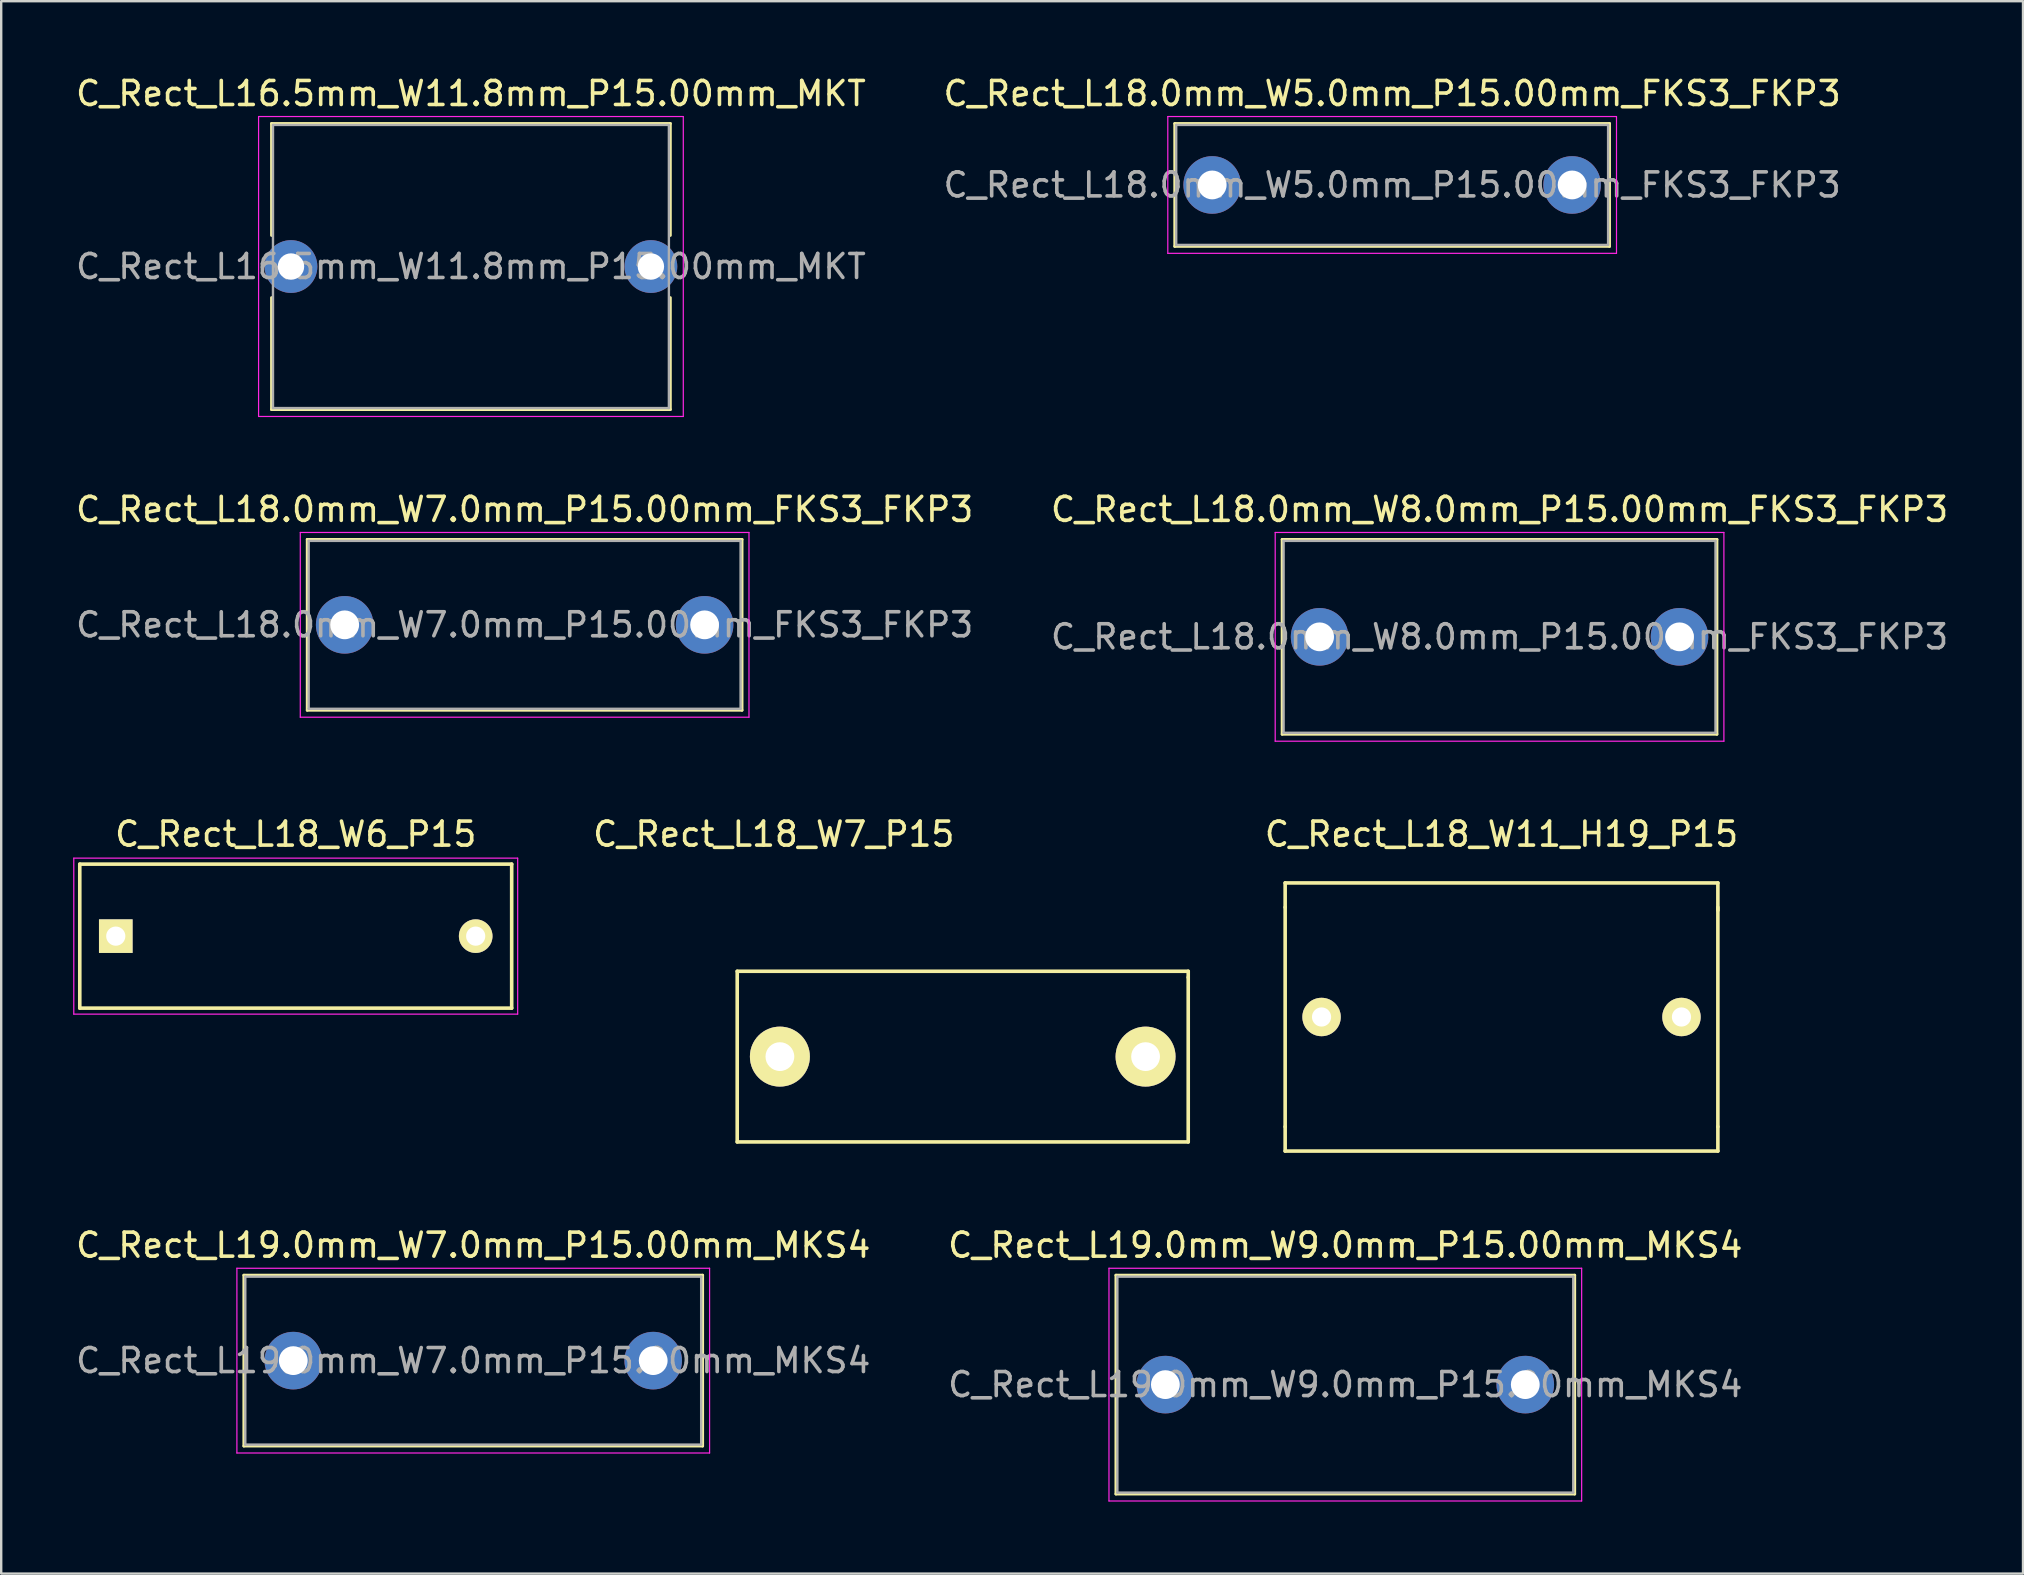
<source format=kicad_pcb>
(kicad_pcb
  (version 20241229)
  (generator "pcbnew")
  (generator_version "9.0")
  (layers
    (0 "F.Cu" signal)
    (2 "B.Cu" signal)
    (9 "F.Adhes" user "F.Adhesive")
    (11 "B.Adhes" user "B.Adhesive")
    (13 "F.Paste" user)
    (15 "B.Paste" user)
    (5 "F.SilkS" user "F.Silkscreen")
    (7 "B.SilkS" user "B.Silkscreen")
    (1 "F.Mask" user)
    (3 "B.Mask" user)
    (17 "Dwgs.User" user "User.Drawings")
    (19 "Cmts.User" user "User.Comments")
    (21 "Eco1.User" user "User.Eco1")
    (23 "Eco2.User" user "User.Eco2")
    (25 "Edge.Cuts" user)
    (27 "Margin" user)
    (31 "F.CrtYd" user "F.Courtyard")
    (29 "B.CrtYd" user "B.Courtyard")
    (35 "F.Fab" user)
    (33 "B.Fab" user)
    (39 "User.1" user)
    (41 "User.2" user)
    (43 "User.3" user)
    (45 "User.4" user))
  (footprint "C_Rect_L18_W11_H19_P15"
    (layer "F.Cu")
    (at 59.528 39.335)
    (property "Reference" "C_Rect_L18_W11_H19_P15" (at 0 -7.62 0) (layer "F.SilkS") (effects (font (size 1 1) (thickness 0.15))))
    (attr through_hole)
    (fp_line (start -9.017 -5.588) (end 9.017 -5.588) (stroke (width 0.15) (type solid)) (layer "F.SilkS"))
    (fp_line (start -9.017 -4.572) (end -9.017 -5.588) (stroke (width 0.15) (type solid)) (layer "F.SilkS"))
    (fp_line (start -9.017 -4.572) (end -9.017 4.572) (stroke (width 0.15) (type solid)) (layer "F.SilkS"))
    (fp_line (start -9.017 4.572) (end -9.017 5.588) (stroke (width 0.15) (type solid)) (layer "F.SilkS"))
    (fp_line (start -9.017 5.588) (end 9.017 5.588) (stroke (width 0.15) (type solid)) (layer "F.SilkS"))
    (fp_line (start 9.017 -5.588) (end 9.017 -4.445) (stroke (width 0.15) (type solid)) (layer "F.SilkS"))
    (fp_line (start 9.017 4.572) (end 9.017 -4.572) (stroke (width 0.15) (type solid)) (layer "F.SilkS"))
    (fp_line (start 9.017 5.588) (end 9.017 4.572) (stroke (width 0.15) (type solid)) (layer "F.SilkS"))
    (pad "1" thru_hole circle (at -7.5 0) (size 1.6 1.6) (drill 0.8) (layers "*.Cu" "*.Mask" "F.SilkS"))
    (pad "2" thru_hole circle (at 7.5 0) (size 1.6 1.6) (drill 0.8) (layers "*.Cu" "*.Mask" "F.SilkS")))
  (footprint "C_Rect_L19.0mm_W9.0mm_P15.00mm_MKS4"
    (layer "F.Cu")
    (at 45.518 54.656)
    (property "Reference" "C_Rect_L19.0mm_W9.0mm_P15.00mm_MKS4" (at 7.5 -5.81 0) (layer "F.SilkS") (effects (font (size 1 1) (thickness 0.15))))
    (attr through_hole)
    (fp_line (start -2.06 -4.56) (end -2.06 4.56) (stroke (width 0.12) (type solid)) (layer "F.SilkS"))
    (fp_line (start -2.06 -4.56) (end 17.06 -4.56) (stroke (width 0.12) (type solid)) (layer "F.SilkS"))
    (fp_line (start -2.06 4.56) (end 17.06 4.56) (stroke (width 0.12) (type solid)) (layer "F.SilkS"))
    (fp_line (start 17.06 -4.56) (end 17.06 4.56) (stroke (width 0.12) (type solid)) (layer "F.SilkS"))
    (fp_line (start -2.35 -4.85) (end -2.35 4.85) (stroke (width 0.05) (type solid)) (layer "F.CrtYd"))
    (fp_line (start -2.35 4.85) (end 17.35 4.85) (stroke (width 0.05) (type solid)) (layer "F.CrtYd"))
    (fp_line (start 17.35 -4.85) (end -2.35 -4.85) (stroke (width 0.05) (type solid)) (layer "F.CrtYd"))
    (fp_line (start 17.35 4.85) (end 17.35 -4.85) (stroke (width 0.05) (type solid)) (layer "F.CrtYd"))
    (fp_line (start -2 -4.5) (end -2 4.5) (stroke (width 0.1) (type solid)) (layer "F.Fab"))
    (fp_line (start -2 4.5) (end 17 4.5) (stroke (width 0.1) (type solid)) (layer "F.Fab"))
    (fp_line (start 17 -4.5) (end -2 -4.5) (stroke (width 0.1) (type solid)) (layer "F.Fab"))
    (fp_line (start 17 4.5) (end 17 -4.5) (stroke (width 0.1) (type solid)) (layer "F.Fab"))
    (fp_text user "${REFERENCE}" (at 7.5 0 0) (layer "F.Fab") (effects (font (size 1 1) (thickness 0.15))))
    (pad "1" thru_hole circle (at 0 0) (size 2.4 2.4) (drill 1.2) (layers "*.Cu" "*.Mask"))
    (pad "2" thru_hole circle (at 15 0) (size 2.4 2.4) (drill 1.2) (layers "*.Cu" "*.Mask")))
  (footprint "C_Rect_L18_W7_P15"
    (layer "F.Cu")
    (at 29.453 40.859)
    (property "Reference" "C_Rect_L18_W7_P15" (at -0.254 -9.144 0) (layer "F.SilkS") (effects (font (size 1 1) (thickness 0.15))))
    (attr through_hole)
    (fp_line (start -1.778 -3.429) (end -1.778 3.683) (stroke (width 0.15) (type solid)) (layer "F.SilkS"))
    (fp_line (start -1.778 3.683) (end 17.018 3.683) (stroke (width 0.15) (type solid)) (layer "F.SilkS"))
    (fp_line (start 17.018 -3.429) (end -1.778 -3.429) (stroke (width 0.15) (type solid)) (layer "F.SilkS"))
    (fp_line (start 17.018 -3.175) (end 17.018 -3.429) (stroke (width 0.15) (type solid)) (layer "F.SilkS"))
    (fp_line (start 17.018 3.683) (end 17.018 -3.175) (stroke (width 0.15) (type solid)) (layer "F.SilkS"))
    (pad "1" thru_hole circle (at 0 0.127) (size 2.499 2.499) (drill 1.199) (layers "*.Cu" "*.Mask" "F.SilkS"))
    (pad "2" thru_hole circle (at 15.24 0.127) (size 2.499 2.499) (drill 1.199) (layers "*.Cu" "*.Mask" "F.SilkS")))
  (footprint "C_Rect_L18.0mm_W8.0mm_P15.00mm_FKS3_FKP3"
    (layer "F.Cu")
    (at 51.946 23.491)
    (property "Reference" "C_Rect_L18.0mm_W8.0mm_P15.00mm_FKS3_FKP3" (at 7.5 -5.31 0) (layer "F.SilkS") (effects (font (size 1 1) (thickness 0.15))))
    (attr through_hole)
    (fp_line (start -1.56 -4.06) (end -1.56 4.06) (stroke (width 0.12) (type solid)) (layer "F.SilkS"))
    (fp_line (start -1.56 -4.06) (end 16.56 -4.06) (stroke (width 0.12) (type solid)) (layer "F.SilkS"))
    (fp_line (start -1.56 4.06) (end 16.56 4.06) (stroke (width 0.12) (type solid)) (layer "F.SilkS"))
    (fp_line (start 16.56 -4.06) (end 16.56 4.06) (stroke (width 0.12) (type solid)) (layer "F.SilkS"))
    (fp_line (start -1.85 -4.35) (end -1.85 4.35) (stroke (width 0.05) (type solid)) (layer "F.CrtYd"))
    (fp_line (start -1.85 4.35) (end 16.85 4.35) (stroke (width 0.05) (type solid)) (layer "F.CrtYd"))
    (fp_line (start 16.85 -4.35) (end -1.85 -4.35) (stroke (width 0.05) (type solid)) (layer "F.CrtYd"))
    (fp_line (start 16.85 4.35) (end 16.85 -4.35) (stroke (width 0.05) (type solid)) (layer "F.CrtYd"))
    (fp_line (start -1.5 -4) (end -1.5 4) (stroke (width 0.1) (type solid)) (layer "F.Fab"))
    (fp_line (start -1.5 4) (end 16.5 4) (stroke (width 0.1) (type solid)) (layer "F.Fab"))
    (fp_line (start 16.5 -4) (end -1.5 -4) (stroke (width 0.1) (type solid)) (layer "F.Fab"))
    (fp_line (start 16.5 4) (end 16.5 -4) (stroke (width 0.1) (type solid)) (layer "F.Fab"))
    (fp_text user "${REFERENCE}" (at 7.5 0 0) (layer "F.Fab") (effects (font (size 1 1) (thickness 0.15))))
    (pad "1" thru_hole circle (at 0 0) (size 2.4 2.4) (drill 1.2) (layers "*.Cu" "*.Mask"))
    (pad "2" thru_hole circle (at 15 0) (size 2.4 2.4) (drill 1.2) (layers "*.Cu" "*.Mask")))
  (footprint "C_Rect_L18_W6_P15"
    (layer "F.Cu")
    (at 1.775 35.965)
    (property "Reference" "C_Rect_L18_W6_P15" (at 7.5 -4.25 0) (layer "F.SilkS") (effects (font (size 1 1) (thickness 0.15))))
    (attr through_hole)
    (fp_line (start -1.5 -3) (end 16.5 -3) (stroke (width 0.15) (type solid)) (layer "F.SilkS"))
    (fp_line (start -1.5 3) (end -1.5 -3) (stroke (width 0.15) (type solid)) (layer "F.SilkS"))
    (fp_line (start 16.5 -3) (end 16.5 3) (stroke (width 0.15) (type solid)) (layer "F.SilkS"))
    (fp_line (start 16.5 3) (end -1.5 3) (stroke (width 0.15) (type solid)) (layer "F.SilkS"))
    (fp_line (start -1.75 -3.25) (end 16.75 -3.25) (stroke (width 0.05) (type solid)) (layer "F.CrtYd"))
    (fp_line (start -1.75 3.25) (end -1.75 -3.25) (stroke (width 0.05) (type solid)) (layer "F.CrtYd"))
    (fp_line (start 16.75 -3.25) (end 16.75 3.25) (stroke (width 0.05) (type solid)) (layer "F.CrtYd"))
    (fp_line (start 16.75 3.25) (end -1.75 3.25) (stroke (width 0.05) (type solid)) (layer "F.CrtYd"))
    (pad "1" thru_hole rect (at 0 0) (size 1.4 1.4) (drill 0.8) (layers "*.Cu" "*.Mask" "F.SilkS"))
    (pad "2" thru_hole circle (at 15 0) (size 1.4 1.4) (drill 0.8) (layers "*.Cu" "*.Mask" "F.SilkS")))
  (footprint "C_Rect_L18.0mm_W5.0mm_P15.00mm_FKS3_FKP3"
    (layer "F.Cu")
    (at 47.47 4.658)
    (property "Reference" "C_Rect_L18.0mm_W5.0mm_P15.00mm_FKS3_FKP3" (at 7.5 -3.81 0) (layer "F.SilkS") (effects (font (size 1 1) (thickness 0.15))))
    (attr through_hole)
    (fp_line (start -1.56 -2.56) (end -1.56 2.56) (stroke (width 0.12) (type solid)) (layer "F.SilkS"))
    (fp_line (start -1.56 -2.56) (end 16.56 -2.56) (stroke (width 0.12) (type solid)) (layer "F.SilkS"))
    (fp_line (start -1.56 2.56) (end 16.56 2.56) (stroke (width 0.12) (type solid)) (layer "F.SilkS"))
    (fp_line (start 16.56 -2.56) (end 16.56 2.56) (stroke (width 0.12) (type solid)) (layer "F.SilkS"))
    (fp_line (start -1.85 -2.85) (end -1.85 2.85) (stroke (width 0.05) (type solid)) (layer "F.CrtYd"))
    (fp_line (start -1.85 2.85) (end 16.85 2.85) (stroke (width 0.05) (type solid)) (layer "F.CrtYd"))
    (fp_line (start 16.85 -2.85) (end -1.85 -2.85) (stroke (width 0.05) (type solid)) (layer "F.CrtYd"))
    (fp_line (start 16.85 2.85) (end 16.85 -2.85) (stroke (width 0.05) (type solid)) (layer "F.CrtYd"))
    (fp_line (start -1.5 -2.5) (end -1.5 2.5) (stroke (width 0.1) (type solid)) (layer "F.Fab"))
    (fp_line (start -1.5 2.5) (end 16.5 2.5) (stroke (width 0.1) (type solid)) (layer "F.Fab"))
    (fp_line (start 16.5 -2.5) (end -1.5 -2.5) (stroke (width 0.1) (type solid)) (layer "F.Fab"))
    (fp_line (start 16.5 2.5) (end 16.5 -2.5) (stroke (width 0.1) (type solid)) (layer "F.Fab"))
    (fp_text user "${REFERENCE}" (at 7.5 0 0) (layer "F.Fab") (effects (font (size 1 1) (thickness 0.15))))
    (pad "1" thru_hole circle (at 0 0) (size 2.4 2.4) (drill 1.2) (layers "*.Cu" "*.Mask"))
    (pad "2" thru_hole circle (at 15 0) (size 2.4 2.4) (drill 1.2) (layers "*.Cu" "*.Mask")))
  (footprint "C_Rect_L19.0mm_W7.0mm_P15.00mm_MKS4"
    (layer "F.Cu")
    (at 9.173 53.656)
    (property "Reference" "C_Rect_L19.0mm_W7.0mm_P15.00mm_MKS4" (at 7.5 -4.81 0) (layer "F.SilkS") (effects (font (size 1 1) (thickness 0.15))))
    (attr through_hole)
    (fp_line (start -2.06 -3.56) (end -2.06 3.56) (stroke (width 0.12) (type solid)) (layer "F.SilkS"))
    (fp_line (start -2.06 -3.56) (end 17.06 -3.56) (stroke (width 0.12) (type solid)) (layer "F.SilkS"))
    (fp_line (start -2.06 3.56) (end 17.06 3.56) (stroke (width 0.12) (type solid)) (layer "F.SilkS"))
    (fp_line (start 17.06 -3.56) (end 17.06 3.56) (stroke (width 0.12) (type solid)) (layer "F.SilkS"))
    (fp_line (start -2.35 -3.85) (end -2.35 3.85) (stroke (width 0.05) (type solid)) (layer "F.CrtYd"))
    (fp_line (start -2.35 3.85) (end 17.35 3.85) (stroke (width 0.05) (type solid)) (layer "F.CrtYd"))
    (fp_line (start 17.35 -3.85) (end -2.35 -3.85) (stroke (width 0.05) (type solid)) (layer "F.CrtYd"))
    (fp_line (start 17.35 3.85) (end 17.35 -3.85) (stroke (width 0.05) (type solid)) (layer "F.CrtYd"))
    (fp_line (start -2 -3.5) (end -2 3.5) (stroke (width 0.1) (type solid)) (layer "F.Fab"))
    (fp_line (start -2 3.5) (end 17 3.5) (stroke (width 0.1) (type solid)) (layer "F.Fab"))
    (fp_line (start 17 -3.5) (end -2 -3.5) (stroke (width 0.1) (type solid)) (layer "F.Fab"))
    (fp_line (start 17 3.5) (end 17 -3.5) (stroke (width 0.1) (type solid)) (layer "F.Fab"))
    (fp_text user "${REFERENCE}" (at 7.5 0 0) (layer "F.Fab") (effects (font (size 1 1) (thickness 0.15))))
    (pad "1" thru_hole circle (at 0 0) (size 2.4 2.4) (drill 1.2) (layers "*.Cu" "*.Mask"))
    (pad "2" thru_hole circle (at 15 0) (size 2.4 2.4) (drill 1.2) (layers "*.Cu" "*.Mask")))
  (footprint "C_Rect_L16.5mm_W11.8mm_P15.00mm_MKT"
    (layer "F.Cu")
    (at 9.077 8.058)
    (property "Reference" "C_Rect_L16.5mm_W11.8mm_P15.00mm_MKT" (at 7.5 -7.21 0) (layer "F.SilkS") (effects (font (size 1 1) (thickness 0.15))))
    (attr through_hole)
    (fp_line (start -0.81 -5.96) (end -0.81 -1.296) (stroke (width 0.12) (type solid)) (layer "F.SilkS"))
    (fp_line (start -0.81 -5.96) (end 15.81 -5.96) (stroke (width 0.12) (type solid)) (layer "F.SilkS"))
    (fp_line (start -0.81 1.296) (end -0.81 5.96) (stroke (width 0.12) (type solid)) (layer "F.SilkS"))
    (fp_line (start -0.81 5.96) (end 15.81 5.96) (stroke (width 0.12) (type solid)) (layer "F.SilkS"))
    (fp_line (start 15.81 -5.96) (end 15.81 -1.296) (stroke (width 0.12) (type solid)) (layer "F.SilkS"))
    (fp_line (start 15.81 1.296) (end 15.81 5.96) (stroke (width 0.12) (type solid)) (layer "F.SilkS"))
    (fp_line (start -1.35 -6.25) (end -1.35 6.25) (stroke (width 0.05) (type solid)) (layer "F.CrtYd"))
    (fp_line (start -1.35 6.25) (end 16.35 6.25) (stroke (width 0.05) (type solid)) (layer "F.CrtYd"))
    (fp_line (start 16.35 -6.25) (end -1.35 -6.25) (stroke (width 0.05) (type solid)) (layer "F.CrtYd"))
    (fp_line (start 16.35 6.25) (end 16.35 -6.25) (stroke (width 0.05) (type solid)) (layer "F.CrtYd"))
    (fp_line (start -0.75 -5.9) (end -0.75 5.9) (stroke (width 0.1) (type solid)) (layer "F.Fab"))
    (fp_line (start -0.75 5.9) (end 15.75 5.9) (stroke (width 0.1) (type solid)) (layer "F.Fab"))
    (fp_line (start 15.75 -5.9) (end -0.75 -5.9) (stroke (width 0.1) (type solid)) (layer "F.Fab"))
    (fp_line (start 15.75 5.9) (end 15.75 -5.9) (stroke (width 0.1) (type solid)) (layer "F.Fab"))
    (fp_text user "${REFERENCE}" (at 7.5 0 0) (layer "F.Fab") (effects (font (size 1 1) (thickness 0.15))))
    (pad "1" thru_hole circle (at 0 0) (size 2.2 2.2) (drill 1.1) (layers "*.Cu" "*.Mask"))
    (pad "2" thru_hole circle (at 15 0) (size 2.2 2.2) (drill 1.1) (layers "*.Cu" "*.Mask")))
  (footprint "C_Rect_L18.0mm_W7.0mm_P15.00mm_FKS3_FKP3"
    (layer "F.Cu")
    (at 11.315 22.991)
    (property "Reference" "C_Rect_L18.0mm_W7.0mm_P15.00mm_FKS3_FKP3" (at 7.5 -4.81 0) (layer "F.SilkS") (effects (font (size 1 1) (thickness 0.15))))
    (attr through_hole)
    (fp_line (start -1.56 -3.56) (end -1.56 3.56) (stroke (width 0.12) (type solid)) (layer "F.SilkS"))
    (fp_line (start -1.56 -3.56) (end 16.56 -3.56) (stroke (width 0.12) (type solid)) (layer "F.SilkS"))
    (fp_line (start -1.56 3.56) (end 16.56 3.56) (stroke (width 0.12) (type solid)) (layer "F.SilkS"))
    (fp_line (start 16.56 -3.56) (end 16.56 3.56) (stroke (width 0.12) (type solid)) (layer "F.SilkS"))
    (fp_line (start -1.85 -3.85) (end -1.85 3.85) (stroke (width 0.05) (type solid)) (layer "F.CrtYd"))
    (fp_line (start -1.85 3.85) (end 16.85 3.85) (stroke (width 0.05) (type solid)) (layer "F.CrtYd"))
    (fp_line (start 16.85 -3.85) (end -1.85 -3.85) (stroke (width 0.05) (type solid)) (layer "F.CrtYd"))
    (fp_line (start 16.85 3.85) (end 16.85 -3.85) (stroke (width 0.05) (type solid)) (layer "F.CrtYd"))
    (fp_line (start -1.5 -3.5) (end -1.5 3.5) (stroke (width 0.1) (type solid)) (layer "F.Fab"))
    (fp_line (start -1.5 3.5) (end 16.5 3.5) (stroke (width 0.1) (type solid)) (layer "F.Fab"))
    (fp_line (start 16.5 -3.5) (end -1.5 -3.5) (stroke (width 0.1) (type solid)) (layer "F.Fab"))
    (fp_line (start 16.5 3.5) (end 16.5 -3.5) (stroke (width 0.1) (type solid)) (layer "F.Fab"))
    (fp_text user "${REFERENCE}" (at 7.5 0 0) (layer "F.Fab") (effects (font (size 1 1) (thickness 0.15))))
    (pad "1" thru_hole circle (at 0 0) (size 2.4 2.4) (drill 1.2) (layers "*.Cu" "*.Mask"))
    (pad "2" thru_hole circle (at 15 0) (size 2.4 2.4) (drill 1.2) (layers "*.Cu" "*.Mask")))
  (gr_rect
    (start -3 -3)
    (end 81.262 62.531)
    (stroke (width 0.1) (type default))
    (fill no)
    (layer "Edge.Cuts")))
</source>
